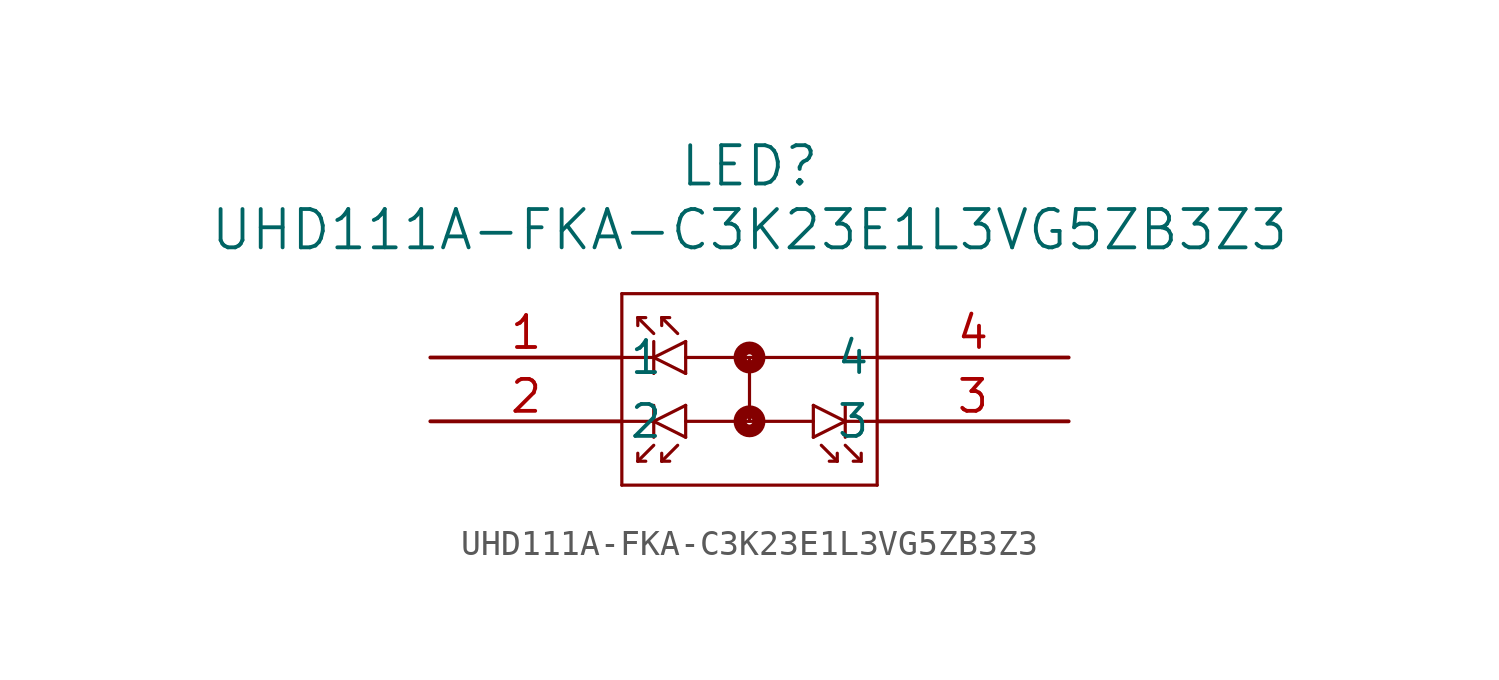
<source format=kicad_sym>
(kicad_symbol_lib
  (version 20211014)
  (generator kicad_symbol_editor)
  (symbol "UHD111A-FKA-C3K23E1L3VG5ZB3Z3"
    (pin_names
      (offset 0.254))
    (property "Reference" "LED"
      (at 12.7 7.62 0)
      (effects (font (size 1.524 1.524))))
    (property "Value" "UHD111A-FKA-C3K23E1L3VG5ZB3Z3"
      (at 12.7 5.08 0)
      (effects (font (size 1.524 1.524))))
    (symbol "UHD111A-FKA-C3K23E1L3VG5ZB3Z3_0_1"
      (polyline (pts (xy 7.62 2.54) (xy 7.62 -5.08)) (stroke (width 0.127) (type default) (color 0 0 0 0)) (fill (type none)))
      (polyline (pts (xy 7.62 -5.08) (xy 17.78 -5.08)) (stroke (width 0.127) (type default) (color 0 0 0 0)) (fill (type none)))
      (polyline (pts (xy 17.78 -5.08) (xy 17.78 2.54)) (stroke (width 0.127) (type default) (color 0 0 0 0)) (fill (type none)))
      (polyline (pts (xy 17.78 2.54) (xy 7.62 2.54)) (stroke (width 0.127) (type default) (color 0 0 0 0)) (fill (type none)))
      (polyline (pts (xy 7.62 0) (xy 8.89 0)) (stroke (width 0.127) (type default) (color 0 0 0 0)) (fill (type none)))
      (polyline (pts (xy 8.89 0.635) (xy 8.89 -0.635)) (stroke (width 0.127) (type default) (color 0 0 0 0)) (fill (type none)))
      (polyline (pts (xy 8.89 0) (xy 10.16 -0.635)) (stroke (width 0.127) (type default) (color 0 0 0 0)) (fill (type none)))
      (polyline (pts (xy 10.16 -0.635) (xy 10.16 0.635)) (stroke (width 0.127) (type default) (color 0 0 0 0)) (fill (type none)))
      (polyline (pts (xy 10.16 0.635) (xy 8.89 0)) (stroke (width 0.127) (type default) (color 0 0 0 0)) (fill (type none)))
      (polyline (pts (xy 10.16 0) (xy 17.78 0)) (stroke (width 0.127) (type default) (color 0 0 0 0)) (fill (type none)))
      (polyline (pts (xy 8.89 0.953) (xy 8.255 1.587)) (stroke (width 0.127) (type default) (color 0 0 0 0)) (fill (type none)))
      (polyline (pts (xy 8.255 1.587) (xy 8.255 1.27)) (stroke (width 0.127) (type default) (color 0 0 0 0)) (fill (type none)))
      (polyline (pts (xy 8.255 1.587) (xy 8.572 1.587)) (stroke (width 0.127) (type default) (color 0 0 0 0)) (fill (type none)))
      (polyline (pts (xy 9.842 0.953) (xy 9.207 1.587)) (stroke (width 0.127) (type default) (color 0 0 0 0)) (fill (type none)))
      (polyline (pts (xy 9.207 1.587) (xy 9.207 1.27)) (stroke (width 0.127) (type default) (color 0 0 0 0)) (fill (type none)))
      (polyline (pts (xy 9.207 1.587) (xy 9.525 1.587)) (stroke (width 0.127) (type default) (color 0 0 0 0)) (fill (type none)))
      (polyline (pts (xy 7.62 -2.54) (xy 8.89 -2.54)) (stroke (width 0.127) (type default) (color 0 0 0 0)) (fill (type none)))
      (polyline (pts (xy 8.89 -3.175) (xy 8.89 -1.905)) (stroke (width 0.127) (type default) (color 0 0 0 0)) (fill (type none)))
      (polyline (pts (xy 8.89 -2.54) (xy 10.16 -1.905)) (stroke (width 0.127) (type default) (color 0 0 0 0)) (fill (type none)))
      (polyline (pts (xy 10.16 -1.905) (xy 10.16 -3.175)) (stroke (width 0.127) (type default) (color 0 0 0 0)) (fill (type none)))
      (polyline (pts (xy 10.16 -3.175) (xy 8.89 -2.54)) (stroke (width 0.127) (type default) (color 0 0 0 0)) (fill (type none)))
      (polyline (pts (xy 10.16 -2.54) (xy 15.24 -2.54)) (stroke (width 0.127) (type default) (color 0 0 0 0)) (fill (type none)))
      (polyline (pts (xy 8.89 -3.493) (xy 8.255 -4.128)) (stroke (width 0.127) (type default) (color 0 0 0 0)) (fill (type none)))
      (polyline (pts (xy 8.255 -4.128) (xy 8.255 -3.81)) (stroke (width 0.127) (type default) (color 0 0 0 0)) (fill (type none)))
      (polyline (pts (xy 8.255 -4.128) (xy 8.572 -4.128)) (stroke (width 0.127) (type default) (color 0 0 0 0)) (fill (type none)))
      (polyline (pts (xy 9.842 -3.493) (xy 9.207 -4.128)) (stroke (width 0.127) (type default) (color 0 0 0 0)) (fill (type none)))
      (polyline (pts (xy 9.207 -4.128) (xy 9.207 -3.81)) (stroke (width 0.127) (type default) (color 0 0 0 0)) (fill (type none)))
      (polyline (pts (xy 9.207 -4.128) (xy 9.525 -4.128)) (stroke (width 0.127) (type default) (color 0 0 0 0)) (fill (type none)))
      (polyline (pts (xy 17.78 -2.54) (xy 16.51 -2.54)) (stroke (width 0.127) (type default) (color 0 0 0 0)) (fill (type none)))
      (polyline (pts (xy 16.51 -3.175) (xy 16.51 -1.905)) (stroke (width 0.127) (type default) (color 0 0 0 0)) (fill (type none)))
      (polyline (pts (xy 16.51 -2.54) (xy 15.24 -1.905)) (stroke (width 0.127) (type default) (color 0 0 0 0)) (fill (type none)))
      (polyline (pts (xy 15.24 -1.905) (xy 15.24 -3.175)) (stroke (width 0.127) (type default) (color 0 0 0 0)) (fill (type none)))
      (polyline (pts (xy 15.24 -3.175) (xy 16.51 -2.54)) (stroke (width 0.127) (type default) (color 0 0 0 0)) (fill (type none)))
      (polyline (pts (xy 16.51 -3.493) (xy 17.145 -4.128)) (stroke (width 0.127) (type default) (color 0 0 0 0)) (fill (type none)))
      (polyline (pts (xy 17.145 -4.128) (xy 17.145 -3.81)) (stroke (width 0.127) (type default) (color 0 0 0 0)) (fill (type none)))
      (polyline (pts (xy 17.145 -4.128) (xy 16.828 -4.128)) (stroke (width 0.127) (type default) (color 0 0 0 0)) (fill (type none)))
      (polyline (pts (xy 15.557 -3.493) (xy 16.192 -4.128)) (stroke (width 0.127) (type default) (color 0 0 0 0)) (fill (type none)))
      (polyline (pts (xy 16.192 -4.128) (xy 16.192 -3.81)) (stroke (width 0.127) (type default) (color 0 0 0 0)) (fill (type none)))
      (polyline (pts (xy 16.192 -4.128) (xy 15.875 -4.128)) (stroke (width 0.127) (type default) (color 0 0 0 0)) (fill (type none)))
      (circle (center 12.7 0) (radius 0.127) (stroke (width 0.508) (type default) (color 0 0 0 0)) (fill (type none)))
      (polyline (pts (xy 12.7 0) (xy 12.7 -2.54)) (stroke (width 0.127) (type default) (color 0 0 0 0)) (fill (type none)))
      (circle (center 12.7 -2.54) (radius 0.127) (stroke (width 0.508) (type default) (color 0 0 0 0)) (fill (type none)))
      (pin unspecified line (at 0 0 0) (length 7.62) (name "1" (effects (font (size 1.27 1.27)))) (number "1" (effects (font (size 1.27 1.27)))))
      (pin unspecified line (at 0 -2.54 0) (length 7.62) (name "2" (effects (font (size 1.27 1.27)))) (number "2" (effects (font (size 1.27 1.27)))))
      (pin unspecified line (at 25.4 -2.54 180) (length 7.62) (name "3" (effects (font (size 1.27 1.27)))) (number "3" (effects (font (size 1.27 1.27)))))
      (pin unspecified line (at 25.4 0 180) (length 7.62) (name "4" (effects (font (size 1.27 1.27)))) (number "4" (effects (font (size 1.27 1.27))))))))
</source>
